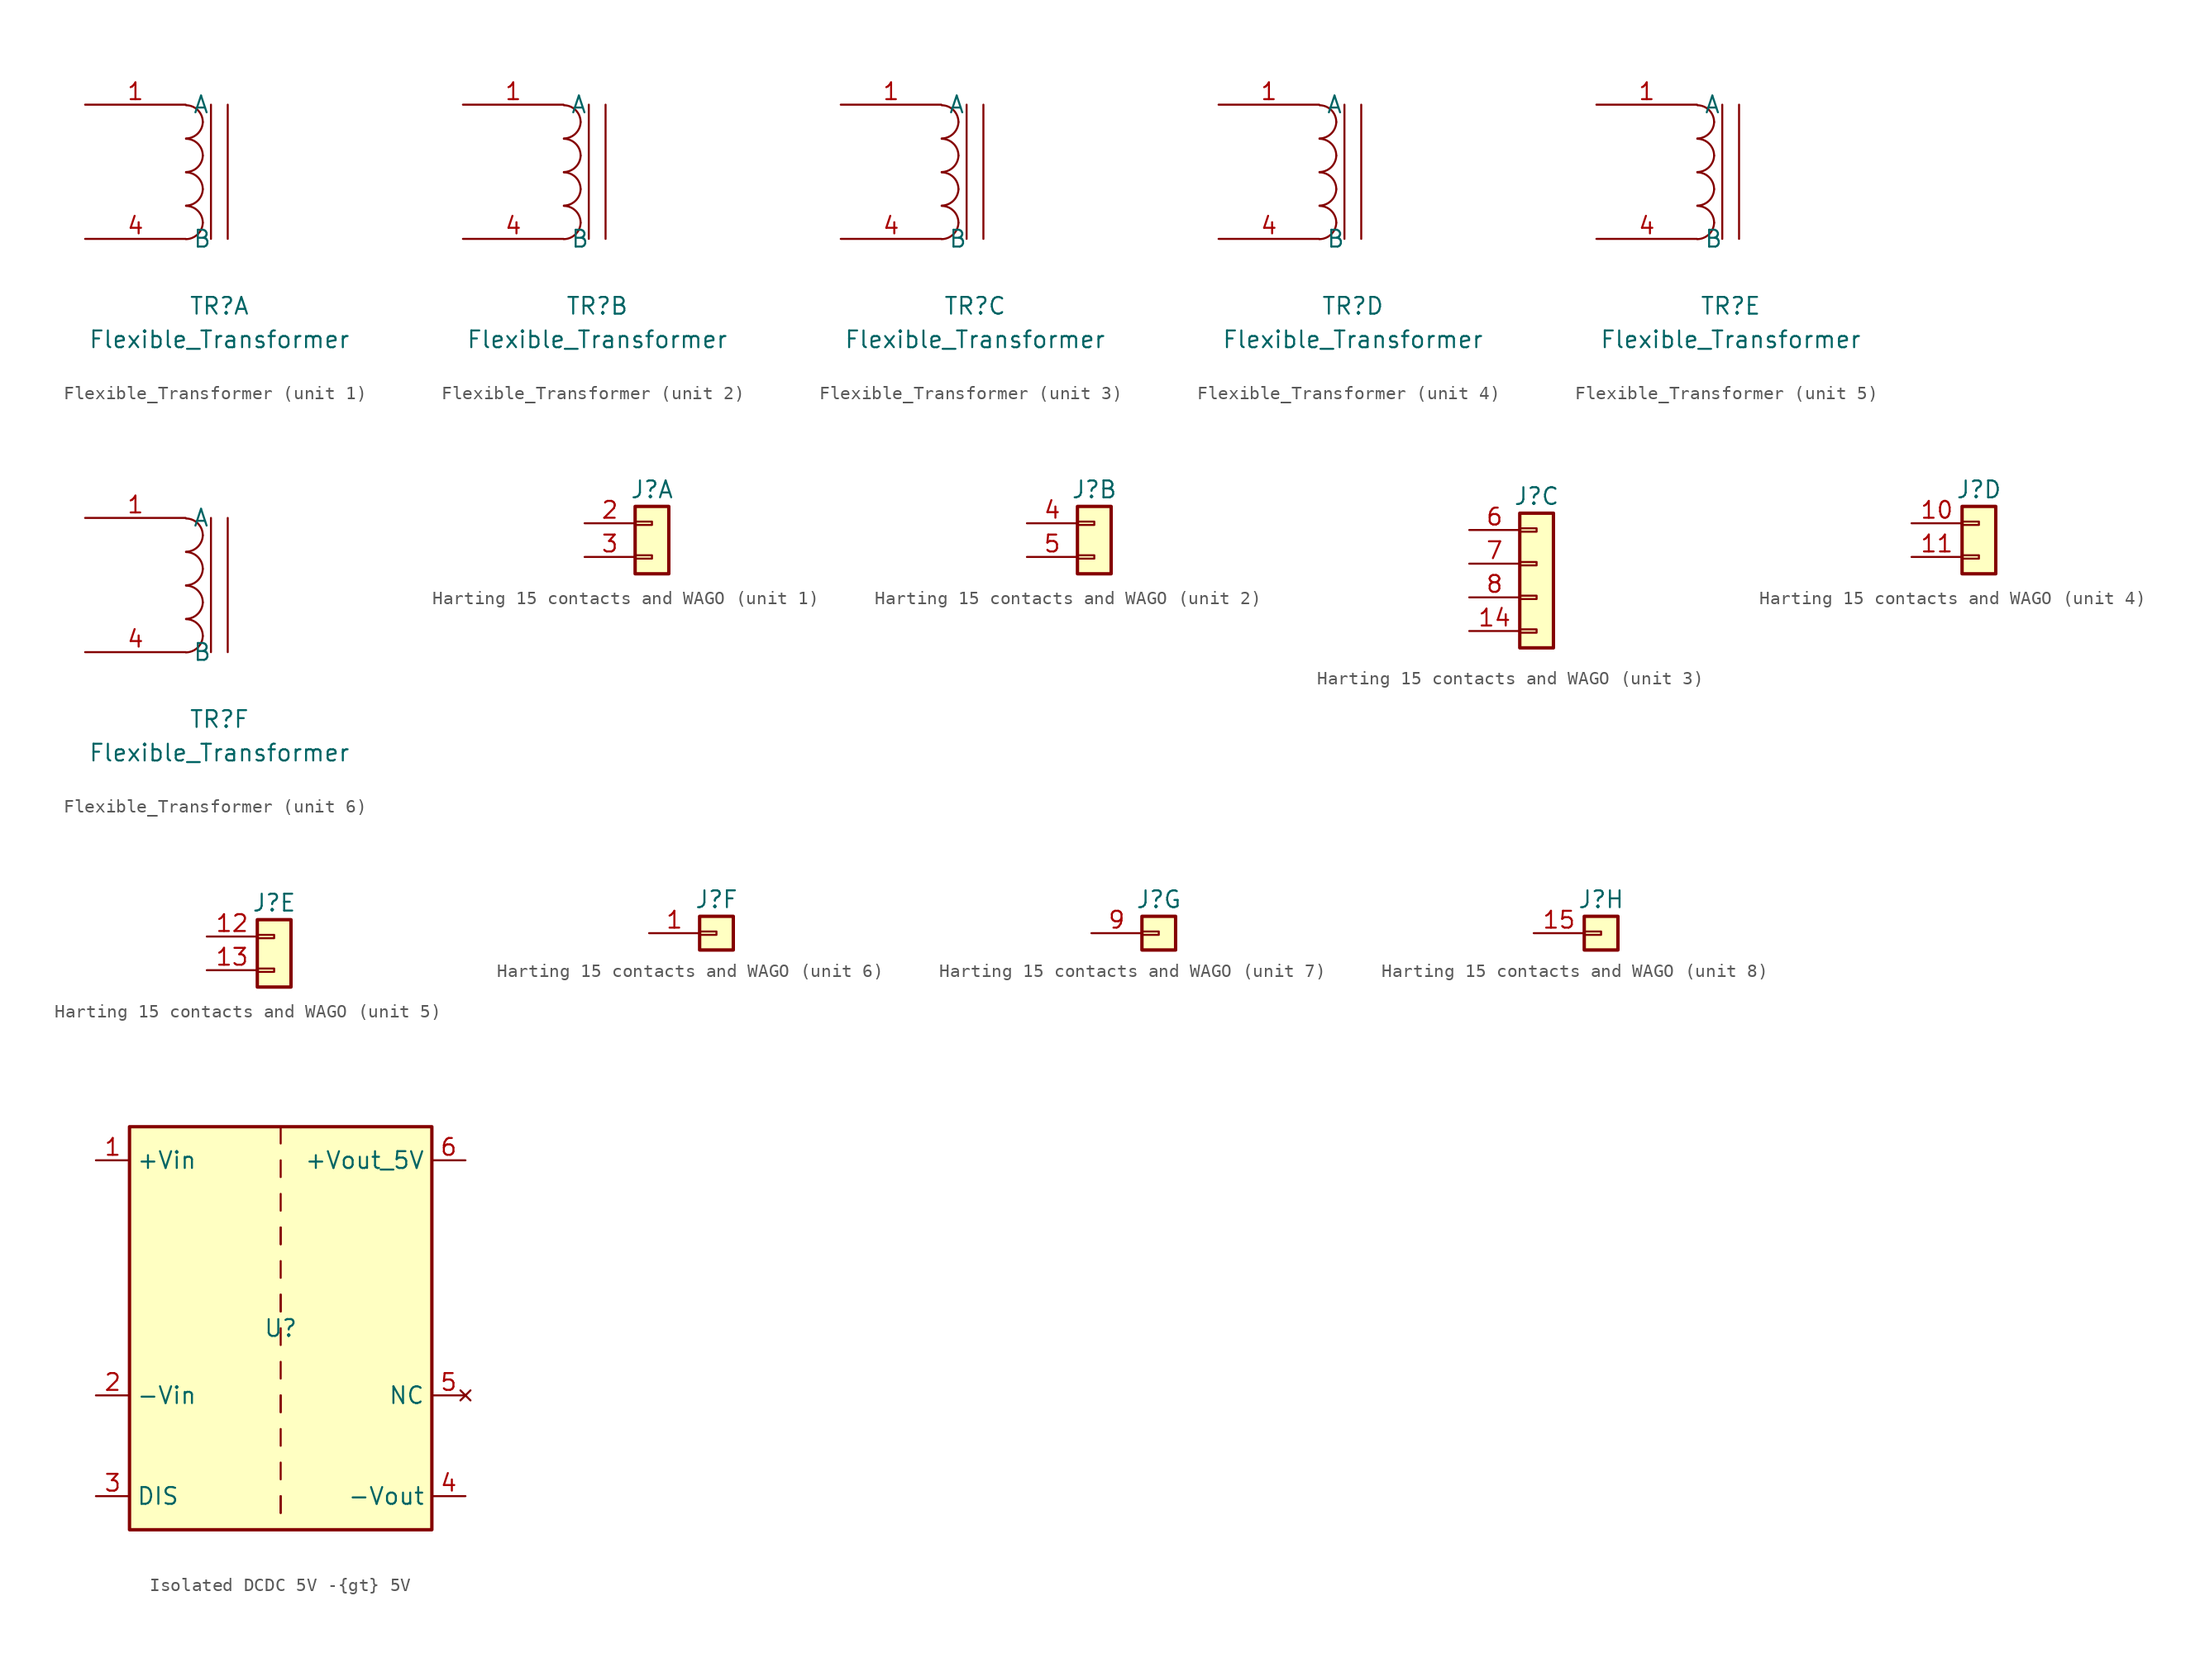
<source format=kicad_sym>
(kicad_symbol_lib
  (version 20241209)
  (generator "kicad_symbol_editor")
  (generator_version "9.0")
  (symbol "Flexible_Transformer"
    (property "Reference" "TR"
      (at 0 0 0)
      (effects (font (size 1.27 1.27))))
    (property "Value" "Flexible_Transformer"
      (at 0 -2.54 0)
      (effects (font (size 1.27 1.27))))
    (property "ki_locked" ""
      (at 0 0 0)
      (effects (font (size 1.27 1.27))))
    (symbol "Flexible_Transformer_0_1"
      (arc (start -1.2515 13.9255) (mid -1.6376 13.0492) (end -2.5215 12.6809) (stroke (width 0) (type default)) (fill (type none)))
      (arc (start -1.2515 11.3855) (mid -1.6376 10.5092) (end -2.5215 10.1409) (stroke (width 0) (type default)) (fill (type none)))
      (arc (start -1.2515 8.8455) (mid -1.6376 7.9692) (end -2.5215 7.6009) (stroke (width 0) (type default)) (fill (type none)))
      (arc (start -1.2515 6.3055) (mid -1.6376 5.4292) (end -2.5215 5.0609) (stroke (width 0) (type default)) (fill (type none)))
      (arc (start -2.5215 15.1955) (mid -1.6235 14.8235) (end -1.2515 13.9255) (stroke (width 0) (type default)) (fill (type none)))
      (arc (start -2.5215 12.6555) (mid -1.6235 12.2835) (end -1.2515 11.3855) (stroke (width 0) (type default)) (fill (type none)))
      (arc (start -2.5215 10.1155) (mid -1.6235 9.7435) (end -1.2515 8.8455) (stroke (width 0) (type default)) (fill (type none)))
      (arc (start -2.5215 7.5755) (mid -1.6235 7.2035) (end -1.2515 6.3055) (stroke (width 0) (type default)) (fill (type none)))
      (polyline (pts (xy -0.635 15.24) (xy -0.635 5.08)) (stroke (width 0) (type default)) (fill (type none)))
      (polyline (pts (xy 0.635 5.08) (xy 0.635 15.24)) (stroke (width 0) (type default)) (fill (type none))))
    (symbol "Flexible_Transformer_1_1"
      (pin passive line (at -10.16 15.24 0) (length 7.62) (name "A" (effects (font (size 1.27 1.27)))) (number "1" (effects (font (size 1.27 1.27)))))
      (pin passive line (at -10.16 5.08 0) (length 7.62) (name "B" (effects (font (size 1.27 1.27)))) (number "4" (effects (font (size 1.27 1.27))))))
    (symbol "Flexible_Transformer_2_1"
      (pin passive line (at -10.16 15.24 0) (length 7.62) (name "A" (effects (font (size 1.27 1.27)))) (number "1" (effects (font (size 1.27 1.27)))))
      (pin passive line (at -10.16 5.08 0) (length 7.62) (name "B" (effects (font (size 1.27 1.27)))) (number "4" (effects (font (size 1.27 1.27))))))
    (symbol "Flexible_Transformer_3_1"
      (pin passive line (at -10.16 15.24 0) (length 7.62) (name "A" (effects (font (size 1.27 1.27)))) (number "1" (effects (font (size 1.27 1.27)))))
      (pin passive line (at -10.16 5.08 0) (length 7.62) (name "B" (effects (font (size 1.27 1.27)))) (number "4" (effects (font (size 1.27 1.27))))))
    (symbol "Flexible_Transformer_4_1"
      (pin passive line (at -10.16 15.24 0) (length 7.62) (name "A" (effects (font (size 1.27 1.27)))) (number "1" (effects (font (size 1.27 1.27)))))
      (pin passive line (at -10.16 5.08 0) (length 7.62) (name "B" (effects (font (size 1.27 1.27)))) (number "4" (effects (font (size 1.27 1.27))))))
    (symbol "Flexible_Transformer_5_1"
      (pin passive line (at -10.16 15.24 0) (length 7.62) (name "A" (effects (font (size 1.27 1.27)))) (number "1" (effects (font (size 1.27 1.27)))))
      (pin passive line (at -10.16 5.08 0) (length 7.62) (name "B" (effects (font (size 1.27 1.27)))) (number "4" (effects (font (size 1.27 1.27))))))
    (symbol "Flexible_Transformer_6_1"
      (pin passive line (at -10.16 15.24 0) (length 7.62) (name "A" (effects (font (size 1.27 1.27)))) (number "1" (effects (font (size 1.27 1.27)))))
      (pin passive line (at -10.16 5.08 0) (length 7.62) (name "B" (effects (font (size 1.27 1.27)))) (number "4" (effects (font (size 1.27 1.27)))))))
  (symbol "Harting 15 contacts and WAGO"
    (pin_names
      (offset 1.016)
      (hide yes))
    (property "Reference" "J"
      (at 0 2.54 0)
      (effects (font (size 1.27 1.27))))
    (property "ki_locked" ""
      (at 0 0 0)
      (effects (font (size 1.27 1.27))))
    (symbol "Harting 15 contacts and WAGO_1_1"
      (rectangle (start -1.27 1.27) (end 1.27 -3.81) (stroke (width 0.254) (type default)) (fill (type background)))
      (rectangle (start -1.27 0.127) (end 0 -0.127) (stroke (width 0.152) (type default)) (fill (type none)))
      (rectangle (start -1.27 -2.413) (end 0 -2.667) (stroke (width 0.152) (type default)) (fill (type none)))
      (pin passive line (at -5.08 0 0) (length 3.81) (name "Pin_1" (effects (font (size 1.27 1.27)))) (number "2" (effects (font (size 1.27 1.27)))))
      (pin passive line (at -5.08 -2.54 0) (length 3.81) (name "Pin_2" (effects (font (size 1.27 1.27)))) (number "3" (effects (font (size 1.27 1.27))))))
    (symbol "Harting 15 contacts and WAGO_2_1"
      (rectangle (start -1.27 1.27) (end 1.27 -3.81) (stroke (width 0.254) (type default)) (fill (type background)))
      (rectangle (start -1.27 0.127) (end 0 -0.127) (stroke (width 0.152) (type default)) (fill (type none)))
      (rectangle (start -1.27 -2.413) (end 0 -2.667) (stroke (width 0.152) (type default)) (fill (type none)))
      (pin passive line (at -5.08 0 0) (length 3.81) (name "Pin_1" (effects (font (size 1.27 1.27)))) (number "4" (effects (font (size 1.27 1.27)))))
      (pin passive line (at -5.08 -2.54 0) (length 3.81) (name "Pin_2" (effects (font (size 1.27 1.27)))) (number "5" (effects (font (size 1.27 1.27))))))
    (symbol "Harting 15 contacts and WAGO_3_1"
      (rectangle (start -1.27 1.27) (end 1.27 -8.89) (stroke (width 0.254) (type default)) (fill (type background)))
      (rectangle (start -1.27 0.127) (end 0 -0.127) (stroke (width 0.152) (type default)) (fill (type none)))
      (rectangle (start -1.27 -2.413) (end 0 -2.667) (stroke (width 0.152) (type default)) (fill (type none)))
      (rectangle (start -1.27 -4.953) (end 0 -5.207) (stroke (width 0.152) (type default)) (fill (type none)))
      (rectangle (start -1.27 -7.493) (end 0 -7.747) (stroke (width 0.152) (type default)) (fill (type none)))
      (pin passive line (at -5.08 0 0) (length 3.81) (name "Pin_1" (effects (font (size 1.27 1.27)))) (number "6" (effects (font (size 1.27 1.27)))))
      (pin passive line (at -5.08 -2.54 0) (length 3.81) (name "Pin_2" (effects (font (size 1.27 1.27)))) (number "7" (effects (font (size 1.27 1.27)))))
      (pin passive line (at -5.08 -5.08 0) (length 3.81) (name "Pin_3" (effects (font (size 1.27 1.27)))) (number "8" (effects (font (size 1.27 1.27)))))
      (pin passive line (at -5.08 -7.62 0) (length 3.81) (name "Pin_4" (effects (font (size 1.27 1.27)))) (number "14" (effects (font (size 1.27 1.27))))))
    (symbol "Harting 15 contacts and WAGO_4_1"
      (rectangle (start -1.27 1.27) (end 1.27 -3.81) (stroke (width 0.254) (type default)) (fill (type background)))
      (rectangle (start -1.27 0.127) (end 0 -0.127) (stroke (width 0.152) (type default)) (fill (type none)))
      (rectangle (start -1.27 -2.413) (end 0 -2.667) (stroke (width 0.152) (type default)) (fill (type none)))
      (pin passive line (at -5.08 0 0) (length 3.81) (name "Pin_1" (effects (font (size 1.27 1.27)))) (number "10" (effects (font (size 1.27 1.27)))))
      (pin passive line (at -5.08 -2.54 0) (length 3.81) (name "Pin_2" (effects (font (size 1.27 1.27)))) (number "11" (effects (font (size 1.27 1.27))))))
    (symbol "Harting 15 contacts and WAGO_5_1"
      (rectangle (start -1.27 1.27) (end 1.27 -3.81) (stroke (width 0.254) (type default)) (fill (type background)))
      (rectangle (start -1.27 0.127) (end 0 -0.127) (stroke (width 0.152) (type default)) (fill (type none)))
      (rectangle (start -1.27 -2.413) (end 0 -2.667) (stroke (width 0.152) (type default)) (fill (type none)))
      (pin passive line (at -5.08 0 0) (length 3.81) (name "Pin_1" (effects (font (size 1.27 1.27)))) (number "12" (effects (font (size 1.27 1.27)))))
      (pin passive line (at -5.08 -2.54 0) (length 3.81) (name "Pin_2" (effects (font (size 1.27 1.27)))) (number "13" (effects (font (size 1.27 1.27))))))
    (symbol "Harting 15 contacts and WAGO_6_1"
      (rectangle (start -1.27 1.27) (end 1.27 -1.27) (stroke (width 0.254) (type default)) (fill (type background)))
      (rectangle (start -1.27 0.127) (end 0 -0.127) (stroke (width 0.152) (type default)) (fill (type none)))
      (pin passive line (at -5.08 0 0) (length 3.81) (name "Pin_1" (effects (font (size 1.27 1.27)))) (number "1" (effects (font (size 1.27 1.27))))))
    (symbol "Harting 15 contacts and WAGO_7_1"
      (rectangle (start -1.27 1.27) (end 1.27 -1.27) (stroke (width 0.254) (type default)) (fill (type background)))
      (rectangle (start -1.27 0.127) (end 0 -0.127) (stroke (width 0.152) (type default)) (fill (type none)))
      (pin passive line (at -5.08 0 0) (length 3.81) (name "Pin_1" (effects (font (size 1.27 1.27)))) (number "9" (effects (font (size 1.27 1.27))))))
    (symbol "Harting 15 contacts and WAGO_8_1"
      (rectangle (start -1.27 1.27) (end 1.27 -1.27) (stroke (width 0.254) (type default)) (fill (type background)))
      (rectangle (start -1.27 0.127) (end 0 -0.127) (stroke (width 0.152) (type default)) (fill (type none)))
      (pin passive line (at -5.08 0 0) (length 3.81) (name "Pin_1" (effects (font (size 1.27 1.27)))) (number "15" (effects (font (size 1.27 1.27)))))))
  (symbol "Isolated DCDC 5V -{gt} 5V"
    (property "Reference" "U"
      (at 0 0 0)
      (effects (font (size 1.27 1.27))))
    (property "Value" ""
      (at 0 0 0)
      (effects (font (size 1.27 1.27))))
    (symbol "Isolated DCDC 5V -{gt} 5V_0_1"
      (rectangle (start -11.43 15.24) (end 11.43 -15.24) (stroke (width 0.254) (type default)) (fill (type background)))
      (polyline (pts (xy 0 15.24) (xy 0 13.97)) (stroke (width 0) (type default)) (fill (type none)))
      (polyline (pts (xy 0 12.7) (xy 0 11.43)) (stroke (width 0) (type default)) (fill (type none)))
      (polyline (pts (xy 0 10.16) (xy 0 8.89)) (stroke (width 0) (type default)) (fill (type none)))
      (polyline (pts (xy 0 7.62) (xy 0 6.35)) (stroke (width 0) (type default)) (fill (type none)))
      (polyline (pts (xy 0 7.62) (xy 0 6.35)) (stroke (width 0) (type default)) (fill (type none)))
      (polyline (pts (xy 0 5.08) (xy 0 3.81)) (stroke (width 0) (type default)) (fill (type none)))
      (polyline (pts (xy 0 2.54) (xy 0 1.27)) (stroke (width 0) (type default)) (fill (type none)))
      (polyline (pts (xy 0 2.54) (xy 0 1.27)) (stroke (width 0) (type default)) (fill (type none)))
      (polyline (pts (xy 0 0) (xy 0 -1.27)) (stroke (width 0) (type default)) (fill (type none)))
      (polyline (pts (xy 0 -2.54) (xy 0 -3.81)) (stroke (width 0) (type default)) (fill (type none)))
      (polyline (pts (xy 0 -5.08) (xy 0 -6.35)) (stroke (width 0) (type default)) (fill (type none)))
      (polyline (pts (xy 0 -5.08) (xy 0 -6.35)) (stroke (width 0) (type default)) (fill (type none)))
      (polyline (pts (xy 0 -7.62) (xy 0 -8.89)) (stroke (width 0) (type default)) (fill (type none)))
      (polyline (pts (xy 0 -10.16) (xy 0 -11.43)) (stroke (width 0) (type default)) (fill (type none)))
      (polyline (pts (xy 0 -12.7) (xy 0 -13.97)) (stroke (width 0) (type default)) (fill (type none)))
      (polyline (pts (xy 0 -12.7) (xy 0 -13.97)) (stroke (width 0) (type default)) (fill (type none))))
    (symbol "Isolated DCDC 5V -{gt} 5V_1_0"
      (pin power_in line (at -13.97 12.7 0) (length 2.54) (name "+Vin" (effects (font (size 1.27 1.27)))) (number "1" (effects (font (size 1.27 1.27)))))
      (pin power_in line (at -13.97 -5.08 0) (length 2.54) (name "-Vin" (effects (font (size 1.27 1.27)))) (number "2" (effects (font (size 1.27 1.27)))))
      (pin power_out line (at 13.97 12.7 180) (length 2.54) (name "+Vout_5V" (effects (font (size 1.27 1.27)))) (number "6" (effects (font (size 1.27 1.27)))))
      (pin no_connect line (at 13.97 -5.08 180) (length 2.54) (name "NC" (effects (font (size 1.27 1.27)))) (number "5" (effects (font (size 1.27 1.27)))))
      (pin power_out line (at 13.97 -12.7 180) (length 2.54) (name "-Vout" (effects (font (size 1.27 1.27)))) (number "4" (effects (font (size 1.27 1.27))))))
    (symbol "Isolated DCDC 5V -{gt} 5V_1_1"
      (pin input line (at -13.97 -12.7 0) (length 2.54) (name "DIS" (effects (font (size 1.27 1.27)))) (number "3" (effects (font (size 1.27 1.27))))))))
</source>
